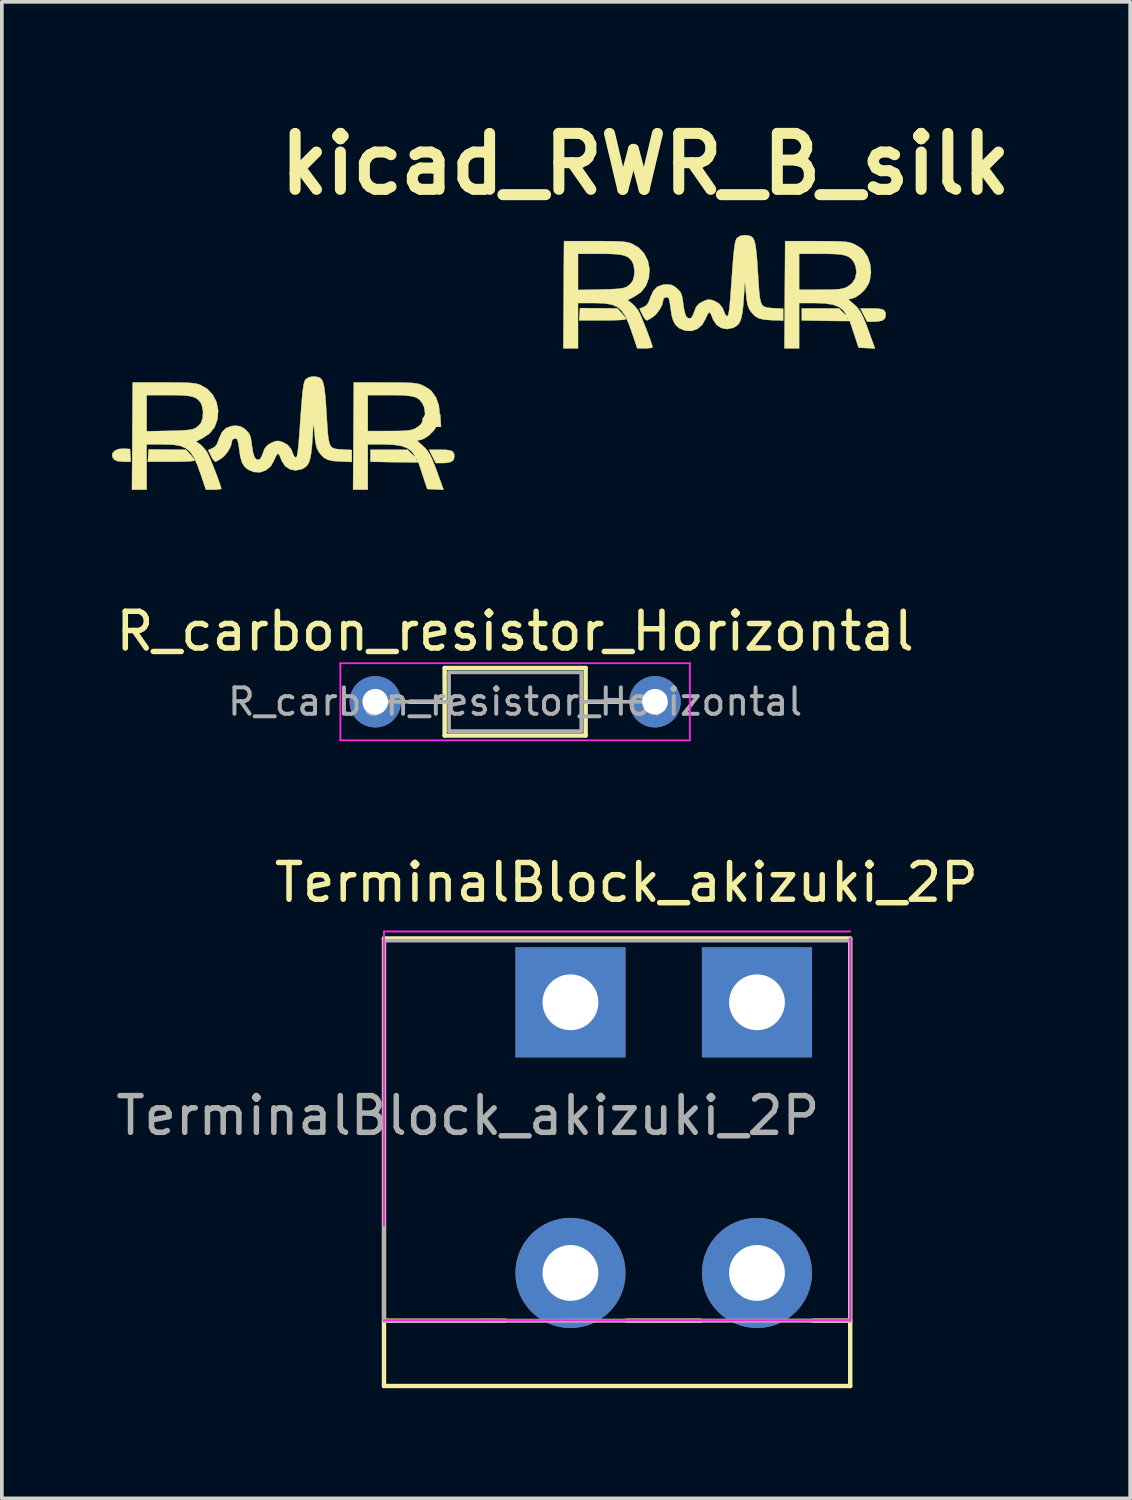
<source format=kicad_pcb>
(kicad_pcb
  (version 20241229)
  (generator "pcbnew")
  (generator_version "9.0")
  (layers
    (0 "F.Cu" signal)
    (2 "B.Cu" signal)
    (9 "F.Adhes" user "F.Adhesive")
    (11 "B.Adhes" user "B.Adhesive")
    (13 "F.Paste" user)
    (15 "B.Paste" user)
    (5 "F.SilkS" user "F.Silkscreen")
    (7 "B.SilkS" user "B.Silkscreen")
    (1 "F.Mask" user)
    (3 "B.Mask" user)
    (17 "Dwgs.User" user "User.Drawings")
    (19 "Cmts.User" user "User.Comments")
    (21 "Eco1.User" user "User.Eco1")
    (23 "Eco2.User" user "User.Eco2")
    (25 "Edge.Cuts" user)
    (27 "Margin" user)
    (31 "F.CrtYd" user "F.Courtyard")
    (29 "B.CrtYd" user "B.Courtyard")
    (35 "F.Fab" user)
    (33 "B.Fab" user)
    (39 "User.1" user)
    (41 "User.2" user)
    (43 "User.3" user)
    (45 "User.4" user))
  (footprint "R_carbon_resistor_Horizontal"
    (layer "F.Cu")
    (at 7.172 16.066)
    (property "Reference" "R_carbon_resistor_Horizontal" (at 3.81 -1.92 180) (layer "F.SilkS") (effects (font (size 1 1) (thickness 0.15))))
    (attr through_hole)
    (fp_line (start 0.94 0) (end 1.89 0) (stroke (width 0.12) (type solid)) (layer "F.SilkS"))
    (fp_line (start 1.89 -0.92) (end 1.89 0.92) (stroke (width 0.12) (type solid)) (layer "F.SilkS"))
    (fp_line (start 1.89 0.92) (end 5.73 0.92) (stroke (width 0.12) (type solid)) (layer "F.SilkS"))
    (fp_line (start 5.73 -0.92) (end 1.89 -0.92) (stroke (width 0.12) (type solid)) (layer "F.SilkS"))
    (fp_line (start 5.73 0.92) (end 5.73 -0.92) (stroke (width 0.12) (type solid)) (layer "F.SilkS"))
    (fp_line (start 6.68 0) (end 5.73 0) (stroke (width 0.12) (type solid)) (layer "F.SilkS"))
    (fp_line (start -0.95 -1.05) (end -0.95 1.05) (stroke (width 0.05) (type solid)) (layer "F.CrtYd"))
    (fp_line (start -0.95 1.05) (end 8.57 1.05) (stroke (width 0.05) (type solid)) (layer "F.CrtYd"))
    (fp_line (start 8.57 -1.05) (end -0.95 -1.05) (stroke (width 0.05) (type solid)) (layer "F.CrtYd"))
    (fp_line (start 8.57 1.05) (end 8.57 -1.05) (stroke (width 0.05) (type solid)) (layer "F.CrtYd"))
    (fp_line (start 0 0) (end 2.01 0) (stroke (width 0.1) (type solid)) (layer "F.Fab"))
    (fp_line (start 2.01 -0.8) (end 2.01 0.8) (stroke (width 0.1) (type solid)) (layer "F.Fab"))
    (fp_line (start 2.01 0.8) (end 5.61 0.8) (stroke (width 0.1) (type solid)) (layer "F.Fab"))
    (fp_line (start 5.61 -0.8) (end 2.01 -0.8) (stroke (width 0.1) (type solid)) (layer "F.Fab"))
    (fp_line (start 5.61 0.8) (end 5.61 -0.8) (stroke (width 0.1) (type solid)) (layer "F.Fab"))
    (fp_line (start 7.62 0) (end 5.61 0) (stroke (width 0.1) (type solid)) (layer "F.Fab"))
    (fp_text user "${REFERENCE}" (at 3.81 0 180) (layer "F.Fab") (effects (font (size 0.72 0.72) (thickness 0.108))))
    (pad "1" thru_hole circle (at 0 0) (size 1.4 1.4) (drill 0.7) (layers "*.Cu" "*.Mask"))
    (pad "2" thru_hole oval (at 7.62 0) (size 1.4 1.4) (drill 0.7) (layers "*.Cu" "*.Mask")))
  (footprint "TerminalBlock_akizuki_2P"
    (layer "F.Cu")
    (at 7.41 26.323)
    (property "Reference" "TerminalBlock_akizuki_2P" (at 6.604 -5.334 0) (layer "F.SilkS") (effects (font (size 1 1) (thickness 0.15))))
    (attr through_hole)
    (fp_line (start 0 -3.81) (end 0 8.382) (stroke (width 0.12) (type solid)) (layer "F.SilkS"))
    (fp_line (start 0 6.604) (end 3.302 6.604) (stroke (width 0.12) (type solid)) (layer "F.SilkS"))
    (fp_line (start 6.604 6.604) (end 8.636 6.604) (stroke (width 0.12) (type solid)) (layer "F.SilkS"))
    (fp_line (start 11.684 6.604) (end 12.7 6.604) (stroke (width 0.12) (type solid)) (layer "F.SilkS"))
    (fp_line (start 12.7 -3.81) (end 0 -3.81) (stroke (width 0.12) (type solid)) (layer "F.SilkS"))
    (fp_line (start 12.7 8.382) (end 0 8.382) (stroke (width 0.12) (type solid)) (layer "F.SilkS"))
    (fp_line (start 12.7 8.382) (end 12.7 -3.796) (stroke (width 0.12) (type solid)) (layer "F.SilkS"))
    (fp_line (start 0 -4) (end 0 4) (stroke (width 0.05) (type solid)) (layer "F.CrtYd"))
    (fp_line (start 0 -4) (end 12.7 -4) (stroke (width 0.05) (type solid)) (layer "F.CrtYd"))
    (fp_line (start 12.7 6.59) (end 0 6.59) (stroke (width 0.05) (type solid)) (layer "F.CrtYd"))
    (fp_line (start 12.7 6.59) (end 12.7 -3.81) (stroke (width 0.05) (type solid)) (layer "F.CrtYd"))
    (fp_line (start 0 -3.75) (end 0 6.604) (stroke (width 0.1) (type solid)) (layer "F.Fab"))
    (fp_line (start 0 6.604) (end 12.7 6.594) (stroke (width 0.1) (type solid)) (layer "F.Fab"))
    (fp_line (start 12.7 -3.75) (end 0 -3.75) (stroke (width 0.1) (type solid)) (layer "F.Fab"))
    (fp_line (start 12.7 6.604) (end 0 6.604) (stroke (width 0.1) (type solid)) (layer "F.Fab"))
    (fp_line (start 12.7 6.604) (end 12.7 -3.796) (stroke (width 0.1) (type solid)) (layer "F.Fab"))
    (fp_text user "${REFERENCE}" (at 2.286 1.016 0) (layer "F.Fab") (effects (font (size 1 1) (thickness 0.15))))
    (pad "1" thru_hole rect (at 10.16 -2.07) (size 3 3) (drill 1.52) (layers "*.Cu" "*.Mask"))
    (pad "1" thru_hole circle (at 10.16 5.302) (size 3 3) (drill 1.52) (layers "*.Cu" "*.Mask"))
    (pad "2" thru_hole rect (at 5.08 -2.07) (size 3 3) (drill 1.52) (layers "*.Cu" "*.Mask"))
    (pad "2" thru_hole circle (at 5.08 5.302) (size 3 3) (drill 1.52) (layers "*.Cu" "*.Mask")))
  (footprint "kicad_RWR_B_silk"
    (layer "F.Cu")
    (at 8.432 9.468)
    (property "Reference" "kicad_RWR_B_silk" (at 6.1 -8.05 0) (layer "F.SilkS") (effects (font (size 1.524 1.524) (thickness 0.3))))
    (attr through_hole)
    (fp_poly (pts (xy -8.098 -0.297) (xy -7.941 -0.286) (xy -7.93 -0.114) (xy -7.919 0.059) (xy -8.118 0.059) (xy -8.278 0.045) (xy -8.371 0.005) (xy -8.374 0.002) (xy -8.427 -0.087) (xy -8.418 -0.172) (xy -8.354 -0.242) (xy -8.246 -0.287) (xy -8.102 -0.297) (xy -8.098 -0.297)) (stroke (width 0.01) (type solid)) (fill yes) (layer "F.SilkS"))
    (fp_poly (pts (xy 0.352 -1.247) (xy 0.509 -1.236) (xy 0.52 -1.063) (xy 0.531 -0.891) (xy 0.332 -0.891) (xy 0.172 -0.905) (xy 0.079 -0.945) (xy 0.076 -0.948) (xy 0.023 -1.037) (xy 0.032 -1.122) (xy 0.096 -1.192) (xy 0.204 -1.237) (xy 0.348 -1.247) (xy 0.352 -1.247)) (stroke (width 0.01) (type solid)) (fill yes) (layer "F.SilkS"))
    (fp_poly (pts (xy 0.68 -0.263) (xy 0.794 -0.245) (xy 0.86 -0.208) (xy 0.889 -0.146) (xy 0.895 -0.08) (xy 0.873 0.009) (xy 0.803 0.064) (xy 0.676 0.091) (xy 0.571 0.095) (xy 0.388 0.095) (xy 0.296 -0.086) (xy 0.204 -0.268) (xy 0.506 -0.268) (xy 0.68 -0.263)) (stroke (width 0.01) (type solid)) (fill yes) (layer "F.SilkS"))
    (fp_poly (pts (xy 12.43 -4.113) (xy 12.544 -4.095) (xy 12.61 -4.058) (xy 12.639 -3.996) (xy 12.645 -3.93) (xy 12.623 -3.841) (xy 12.553 -3.786) (xy 12.426 -3.759) (xy 12.321 -3.755) (xy 12.138 -3.755) (xy 12.046 -3.936) (xy 11.954 -4.118) (xy 12.256 -4.118) (xy 12.43 -4.113)) (stroke (width 0.01) (type solid)) (fill yes) (layer "F.SilkS"))
    (fp_poly (pts (xy -6.925 -0.271) (xy -6.417 -0.267) (xy -6.299 -0.141) (xy -6.229 -0.059) (xy -6.187 0.004) (xy -6.181 0.022) (xy -6.217 0.037) (xy -6.321 0.048) (xy -6.49 0.055) (xy -6.72 0.059) (xy -6.818 0.059) (xy -7.455 0.059) (xy -7.444 -0.109) (xy -7.433 -0.276) (xy -6.925 -0.271)) (stroke (width 0.01) (type solid)) (fill yes) (layer "F.SilkS"))
    (fp_poly (pts (xy 4.825 -4.121) (xy 5.333 -4.117) (xy 5.451 -3.991) (xy 5.521 -3.909) (xy 5.563 -3.846) (xy 5.569 -3.828) (xy 5.533 -3.813) (xy 5.429 -3.802) (xy 5.26 -3.795) (xy 5.03 -3.791) (xy 4.932 -3.791) (xy 4.295 -3.791) (xy 4.306 -3.959) (xy 4.317 -4.126) (xy 4.825 -4.121)) (stroke (width 0.01) (type solid)) (fill yes) (layer "F.SilkS"))
    (fp_poly (pts (xy -6.757 -2.099) (xy -6.542 -2.097) (xy -6.379 -2.092) (xy -6.256 -2.084) (xy -6.163 -2.072) (xy -6.09 -2.055) (xy -6.027 -2.034) (xy -5.834 -1.923) (xy -5.684 -1.762) (xy -5.584 -1.564) (xy -5.539 -1.341) (xy -5.556 -1.107) (xy -5.559 -1.094) (xy -5.638 -0.88) (xy -5.768 -0.714) (xy -5.955 -0.587) (xy -5.96 -0.585) (xy -6.14 -0.495) (xy -6.033 -0.416) (xy -5.943 -0.332) (xy -5.857 -0.225) (xy -5.842 -0.203) (xy -5.805 -0.13) (xy -5.752 -0.011) (xy -5.69 0.138) (xy -5.625 0.302) (xy -5.563 0.465) (xy -5.51 0.612) (xy -5.472 0.725) (xy -5.455 0.789) (xy -5.455 0.794) (xy -5.488 0.808) (xy -5.574 0.818) (xy -5.664 0.821) (xy -5.873 0.821) (xy -6.013 0.406) (xy -6.108 0.142) (xy -6.2 -0.059) (xy -6.298 -0.205) (xy -6.414 -0.305) (xy -6.559 -0.368) (xy -6.742 -0.401) (xy -6.975 -0.412) (xy -7.063 -0.413) (xy -7.487 -0.413) (xy -7.487 0.821) (xy -7.887 0.821) (xy -7.871 -1.755) (xy -7.487 -1.755) (xy -7.487 -0.77) (xy -6.88 -0.782) (xy -6.638 -0.788) (xy -6.458 -0.797) (xy -6.328 -0.809) (xy -6.237 -0.826) (xy -6.173 -0.849) (xy -6.162 -0.854) (xy -6.068 -0.926) (xy -6.001 -1.01) (xy -5.961 -1.139) (xy -5.951 -1.294) (xy -5.972 -1.445) (xy -6.013 -1.544) (xy -6.07 -1.617) (xy -6.14 -1.671) (xy -6.234 -1.71) (xy -6.361 -1.735) (xy -6.534 -1.749) (xy -6.762 -1.755) (xy -6.903 -1.755) (xy -7.487 -1.755) (xy -7.871 -1.755) (xy -7.868 -2.1) (xy -7.034 -2.1) (xy -6.757 -2.099)) (stroke (width 0.01) (type solid)) (fill yes) (layer "F.SilkS"))
    (fp_poly (pts (xy 4.993 -5.949) (xy 5.208 -5.947) (xy 5.371 -5.942) (xy 5.494 -5.934) (xy 5.587 -5.922) (xy 5.66 -5.905) (xy 5.723 -5.884) (xy 5.916 -5.773) (xy 6.066 -5.612) (xy 6.166 -5.414) (xy 6.211 -5.191) (xy 6.194 -4.957) (xy 6.191 -4.944) (xy 6.112 -4.73) (xy 5.982 -4.564) (xy 5.795 -4.437) (xy 5.79 -4.435) (xy 5.61 -4.345) (xy 5.717 -4.266) (xy 5.807 -4.182) (xy 5.893 -4.075) (xy 5.908 -4.053) (xy 5.945 -3.98) (xy 5.998 -3.861) (xy 6.06 -3.712) (xy 6.125 -3.548) (xy 6.187 -3.385) (xy 6.24 -3.238) (xy 6.278 -3.125) (xy 6.295 -3.061) (xy 6.295 -3.056) (xy 6.262 -3.042) (xy 6.176 -3.032) (xy 6.086 -3.029) (xy 5.877 -3.029) (xy 5.737 -3.444) (xy 5.642 -3.708) (xy 5.55 -3.909) (xy 5.452 -4.055) (xy 5.336 -4.155) (xy 5.191 -4.218) (xy 5.008 -4.251) (xy 4.775 -4.262) (xy 4.687 -4.263) (xy 4.263 -4.263) (xy 4.263 -3.029) (xy 3.863 -3.029) (xy 3.879 -5.605) (xy 4.263 -5.605) (xy 4.263 -4.62) (xy 4.87 -4.632) (xy 5.112 -4.638) (xy 5.292 -4.647) (xy 5.422 -4.659) (xy 5.513 -4.676) (xy 5.577 -4.699) (xy 5.588 -4.704) (xy 5.682 -4.776) (xy 5.749 -4.86) (xy 5.789 -4.989) (xy 5.799 -5.144) (xy 5.778 -5.295) (xy 5.737 -5.394) (xy 5.68 -5.467) (xy 5.61 -5.521) (xy 5.516 -5.56) (xy 5.389 -5.585) (xy 5.216 -5.599) (xy 4.988 -5.605) (xy 4.847 -5.605) (xy 4.263 -5.605) (xy 3.879 -5.605) (xy 3.882 -5.95) (xy 4.716 -5.95) (xy 4.993 -5.949)) (stroke (width 0.01) (type solid)) (fill yes) (layer "F.SilkS"))
    (fp_poly (pts (xy -0.992 -2.099) (xy -0.718 -2.098) (xy -0.506 -2.096) (xy -0.346 -2.091) (xy -0.226 -2.084) (xy -0.137 -2.073) (xy -0.069 -2.058) (xy -0.01 -2.037) (xy 0.027 -2.022) (xy 0.145 -1.958) (xy 0.247 -1.887) (xy 0.276 -1.86) (xy 0.398 -1.684) (xy 0.472 -1.472) (xy 0.494 -1.246) (xy 0.461 -1.027) (xy 0.428 -0.939) (xy 0.337 -0.794) (xy 0.213 -0.666) (xy 0.076 -0.573) (xy -0.011 -0.54) (xy -0.124 -0.515) (xy 0.035 -0.375) (xy 0.108 -0.305) (xy 0.17 -0.229) (xy 0.229 -0.134) (xy 0.289 -0.009) (xy 0.358 0.158) (xy 0.441 0.378) (xy 0.475 0.473) (xy 0.602 0.824) (xy 0.379 0.813) (xy 0.156 0.803) (xy 0.036 0.44) (xy -0.085 0.076) (xy -0.294 0.076) (xy -0.416 0.075) (xy -0.586 0.073) (xy -0.78 0.071) (xy -0.947 0.068) (xy -1.391 0.059) (xy -1.391 0.004) (xy -0.158 0.004) (xy -0.14 0.023) (xy -0.121 0.004) (xy -0.14 -0.014) (xy -0.158 0.004) (xy -1.391 0.004) (xy -1.391 -0.268) (xy -0.885 -0.268) (xy -0.379 -0.268) (xy -0.265 -0.15) (xy -0.203 -0.092) (xy -0.18 -0.084) (xy -0.187 -0.105) (xy -0.269 -0.223) (xy -0.384 -0.31) (xy -0.543 -0.368) (xy -0.753 -0.402) (xy -1.024 -0.413) (xy -1.046 -0.413) (xy -1.464 -0.413) (xy -1.464 0.821) (xy -1.864 0.821) (xy -1.847 -1.755) (xy -1.464 -1.755) (xy -1.464 -0.776) (xy -0.892 -0.777) (xy -0.665 -0.778) (xy -0.496 -0.783) (xy -0.373 -0.792) (xy -0.281 -0.808) (xy -0.206 -0.831) (xy -0.169 -0.846) (xy -0.027 -0.947) (xy 0.063 -1.087) (xy 0.098 -1.251) (xy 0.073 -1.423) (xy 0.023 -1.531) (xy -0.033 -1.607) (xy -0.101 -1.665) (xy -0.191 -1.706) (xy -0.316 -1.732) (xy -0.484 -1.748) (xy -0.707 -1.754) (xy -0.882 -1.755) (xy -1.464 -1.755) (xy -1.847 -1.755) (xy -1.845 -2.1) (xy -0.992 -2.099)) (stroke (width 0.01) (type solid)) (fill yes) (layer "F.SilkS"))
    (fp_poly (pts (xy 10.758 -5.949) (xy 11.032 -5.948) (xy 11.244 -5.946) (xy 11.404 -5.941) (xy 11.524 -5.934) (xy 11.613 -5.923) (xy 11.681 -5.908) (xy 11.74 -5.887) (xy 11.777 -5.872) (xy 11.895 -5.808) (xy 11.997 -5.737) (xy 12.026 -5.71) (xy 12.148 -5.534) (xy 12.222 -5.322) (xy 12.244 -5.096) (xy 12.211 -4.877) (xy 12.178 -4.789) (xy 12.087 -4.644) (xy 11.963 -4.516) (xy 11.826 -4.423) (xy 11.739 -4.39) (xy 11.626 -4.365) (xy 11.785 -4.225) (xy 11.858 -4.155) (xy 11.92 -4.079) (xy 11.979 -3.984) (xy 12.039 -3.859) (xy 12.108 -3.692) (xy 12.191 -3.472) (xy 12.225 -3.377) (xy 12.352 -3.026) (xy 12.129 -3.037) (xy 11.906 -3.047) (xy 11.786 -3.41) (xy 11.665 -3.774) (xy 11.456 -3.774) (xy 11.334 -3.775) (xy 11.164 -3.777) (xy 10.97 -3.779) (xy 10.803 -3.782) (xy 10.359 -3.791) (xy 10.359 -3.846) (xy 11.592 -3.846) (xy 11.61 -3.827) (xy 11.629 -3.846) (xy 11.61 -3.864) (xy 11.592 -3.846) (xy 10.359 -3.846) (xy 10.359 -4.118) (xy 10.865 -4.118) (xy 11.371 -4.118) (xy 11.485 -4) (xy 11.547 -3.942) (xy 11.57 -3.934) (xy 11.563 -3.955) (xy 11.481 -4.073) (xy 11.366 -4.16) (xy 11.207 -4.218) (xy 10.997 -4.252) (xy 10.726 -4.263) (xy 10.704 -4.263) (xy 10.286 -4.263) (xy 10.286 -3.029) (xy 9.886 -3.029) (xy 9.903 -5.605) (xy 10.286 -5.605) (xy 10.286 -4.626) (xy 10.857 -4.627) (xy 11.085 -4.628) (xy 11.254 -4.633) (xy 11.377 -4.642) (xy 11.469 -4.658) (xy 11.544 -4.681) (xy 11.581 -4.696) (xy 11.723 -4.797) (xy 11.813 -4.937) (xy 11.848 -5.101) (xy 11.823 -5.273) (xy 11.773 -5.381) (xy 11.717 -5.457) (xy 11.649 -5.515) (xy 11.559 -5.556) (xy 11.434 -5.582) (xy 11.266 -5.598) (xy 11.043 -5.604) (xy 10.868 -5.605) (xy 10.286 -5.605) (xy 9.903 -5.605) (xy 9.905 -5.95) (xy 10.758 -5.949)) (stroke (width 0.01) (type solid)) (fill yes) (layer "F.SilkS"))
    (fp_poly (pts (xy -2.811 -2.245) (xy -2.771 -2.227) (xy -2.73 -2.196) (xy -2.697 -2.143) (xy -2.669 -2.061) (xy -2.646 -1.941) (xy -2.626 -1.775) (xy -2.607 -1.556) (xy -2.589 -1.274) (xy -2.584 -1.198) (xy -2.567 -0.919) (xy -2.551 -0.705) (xy -2.532 -0.546) (xy -2.505 -0.433) (xy -2.468 -0.359) (xy -2.415 -0.314) (xy -2.343 -0.291) (xy -2.249 -0.28) (xy -2.158 -0.274) (xy -1.899 -0.26) (xy -1.899 0.066) (xy -2.217 0.053) (xy -2.41 0.039) (xy -2.551 0.007) (xy -2.657 -0.05) (xy -2.749 -0.142) (xy -2.805 -0.219) (xy -2.845 -0.293) (xy -2.874 -0.391) (xy -2.896 -0.529) (xy -2.913 -0.709) (xy -2.925 -0.846) (xy -2.936 -0.934) (xy -2.944 -0.966) (xy -2.949 -0.939) (xy -2.966 -0.624) (xy -2.984 -0.374) (xy -3.005 -0.179) (xy -3.032 -0.032) (xy -3.066 0.076) (xy -3.11 0.154) (xy -3.166 0.209) (xy -3.236 0.25) (xy -3.267 0.264) (xy -3.431 0.297) (xy -3.586 0.265) (xy -3.717 0.176) (xy -3.809 0.035) (xy -3.827 -0.016) (xy -3.863 -0.105) (xy -3.9 -0.155) (xy -3.911 -0.159) (xy -3.944 -0.128) (xy -3.987 -0.047) (xy -4.014 0.02) (xy -4.106 0.182) (xy -4.238 0.293) (xy -4.397 0.347) (xy -4.569 0.339) (xy -4.723 0.276) (xy -4.819 0.195) (xy -4.889 0.082) (xy -4.936 -0.077) (xy -4.967 -0.286) (xy -4.985 -0.415) (xy -5.007 -0.515) (xy -5.03 -0.563) (xy -5.031 -0.564) (xy -5.097 -0.574) (xy -5.152 -0.539) (xy -5.165 -0.5) (xy -5.192 -0.374) (xy -5.263 -0.234) (xy -5.362 -0.107) (xy -5.43 -0.046) (xy -5.523 0.015) (xy -5.595 0.053) (xy -5.617 0.059) (xy -5.656 0.029) (xy -5.708 -0.047) (xy -5.735 -0.099) (xy -5.812 -0.257) (xy -5.697 -0.308) (xy -5.625 -0.351) (xy -5.574 -0.419) (xy -5.528 -0.532) (xy -5.516 -0.57) (xy -5.437 -0.744) (xy -5.327 -0.856) (xy -5.178 -0.912) (xy -5.065 -0.921) (xy -4.948 -0.908) (xy -4.852 -0.861) (xy -4.783 -0.803) (xy -4.72 -0.739) (xy -4.679 -0.676) (xy -4.652 -0.594) (xy -4.631 -0.472) (xy -4.619 -0.377) (xy -4.588 -0.186) (xy -4.548 -0.063) (xy -4.496 -0.002) (xy -4.429 0.002) (xy -4.418 -0.002) (xy -4.376 -0.047) (xy -4.337 -0.133) (xy -4.33 -0.154) (xy -4.274 -0.299) (xy -4.192 -0.396) (xy -4.064 -0.467) (xy -4.058 -0.47) (xy -3.964 -0.503) (xy -3.889 -0.507) (xy -3.796 -0.48) (xy -3.768 -0.469) (xy -3.642 -0.396) (xy -3.549 -0.28) (xy -3.48 -0.11) (xy -3.444 -0.062) (xy -3.414 -0.059) (xy -3.394 -0.093) (xy -3.375 -0.186) (xy -3.356 -0.34) (xy -3.337 -0.56) (xy -3.325 -0.724) (xy -3.3 -1.081) (xy -3.279 -1.373) (xy -3.261 -1.607) (xy -3.244 -1.79) (xy -3.228 -1.928) (xy -3.213 -2.029) (xy -3.196 -2.101) (xy -3.178 -2.15) (xy -3.158 -2.183) (xy -3.151 -2.191) (xy -3.06 -2.245) (xy -2.936 -2.264) (xy -2.811 -2.245)) (stroke (width 0.01) (type solid)) (fill yes) (layer "F.SilkS"))
    (fp_poly (pts (xy 8.939 -6.095) (xy 8.979 -6.077) (xy 9.02 -6.046) (xy 9.053 -5.993) (xy 9.081 -5.911) (xy 9.104 -5.791) (xy 9.124 -5.625) (xy 9.143 -5.406) (xy 9.161 -5.124) (xy 9.166 -5.048) (xy 9.183 -4.769) (xy 9.199 -4.555) (xy 9.218 -4.396) (xy 9.245 -4.283) (xy 9.282 -4.209) (xy 9.335 -4.164) (xy 9.407 -4.141) (xy 9.501 -4.13) (xy 9.592 -4.124) (xy 9.851 -4.11) (xy 9.851 -3.784) (xy 9.533 -3.797) (xy 9.34 -3.811) (xy 9.199 -3.843) (xy 9.093 -3.9) (xy 9.001 -3.992) (xy 8.945 -4.069) (xy 8.905 -4.143) (xy 8.876 -4.241) (xy 8.854 -4.379) (xy 8.837 -4.559) (xy 8.825 -4.696) (xy 8.814 -4.784) (xy 8.806 -4.816) (xy 8.801 -4.789) (xy 8.784 -4.474) (xy 8.766 -4.224) (xy 8.745 -4.029) (xy 8.718 -3.882) (xy 8.684 -3.774) (xy 8.64 -3.696) (xy 8.584 -3.641) (xy 8.514 -3.6) (xy 8.483 -3.586) (xy 8.319 -3.553) (xy 8.164 -3.585) (xy 8.033 -3.674) (xy 7.941 -3.815) (xy 7.923 -3.866) (xy 7.887 -3.955) (xy 7.85 -4.005) (xy 7.839 -4.009) (xy 7.806 -3.978) (xy 7.763 -3.897) (xy 7.736 -3.83) (xy 7.644 -3.668) (xy 7.512 -3.557) (xy 7.353 -3.503) (xy 7.181 -3.511) (xy 7.027 -3.574) (xy 6.931 -3.655) (xy 6.861 -3.768) (xy 6.814 -3.927) (xy 6.783 -4.136) (xy 6.765 -4.265) (xy 6.743 -4.365) (xy 6.72 -4.413) (xy 6.719 -4.414) (xy 6.653 -4.424) (xy 6.598 -4.389) (xy 6.585 -4.35) (xy 6.558 -4.224) (xy 6.487 -4.084) (xy 6.388 -3.957) (xy 6.32 -3.896) (xy 6.227 -3.835) (xy 6.155 -3.797) (xy 6.133 -3.791) (xy 6.094 -3.821) (xy 6.042 -3.897) (xy 6.015 -3.949) (xy 5.938 -4.107) (xy 6.053 -4.158) (xy 6.125 -4.201) (xy 6.176 -4.269) (xy 6.222 -4.382) (xy 6.234 -4.42) (xy 6.313 -4.594) (xy 6.423 -4.706) (xy 6.572 -4.762) (xy 6.685 -4.771) (xy 6.802 -4.758) (xy 6.898 -4.711) (xy 6.967 -4.653) (xy 7.03 -4.589) (xy 7.071 -4.526) (xy 7.098 -4.444) (xy 7.119 -4.322) (xy 7.131 -4.227) (xy 7.162 -4.036) (xy 7.202 -3.913) (xy 7.254 -3.852) (xy 7.321 -3.848) (xy 7.332 -3.852) (xy 7.374 -3.897) (xy 7.413 -3.983) (xy 7.42 -4.004) (xy 7.476 -4.149) (xy 7.558 -4.246) (xy 7.686 -4.317) (xy 7.692 -4.32) (xy 7.786 -4.353) (xy 7.861 -4.357) (xy 7.954 -4.33) (xy 7.982 -4.319) (xy 8.108 -4.246) (xy 8.201 -4.13) (xy 8.27 -3.96) (xy 8.306 -3.912) (xy 8.336 -3.909) (xy 8.356 -3.943) (xy 8.375 -4.036) (xy 8.394 -4.19) (xy 8.413 -4.41) (xy 8.425 -4.574) (xy 8.45 -4.931) (xy 8.471 -5.223) (xy 8.489 -5.457) (xy 8.506 -5.64) (xy 8.522 -5.778) (xy 8.537 -5.879) (xy 8.554 -5.951) (xy 8.572 -6) (xy 8.592 -6.033) (xy 8.599 -6.041) (xy 8.69 -6.095) (xy 8.814 -6.114) (xy 8.939 -6.095)) (stroke (width 0.01) (type solid)) (fill yes) (layer "F.SilkS")))
  (gr_rect
    (start -3 -3)
    (end 27.736 37.765)
    (stroke (width 0.1) (type default))
    (fill no)
    (layer "Edge.Cuts")))
</source>
